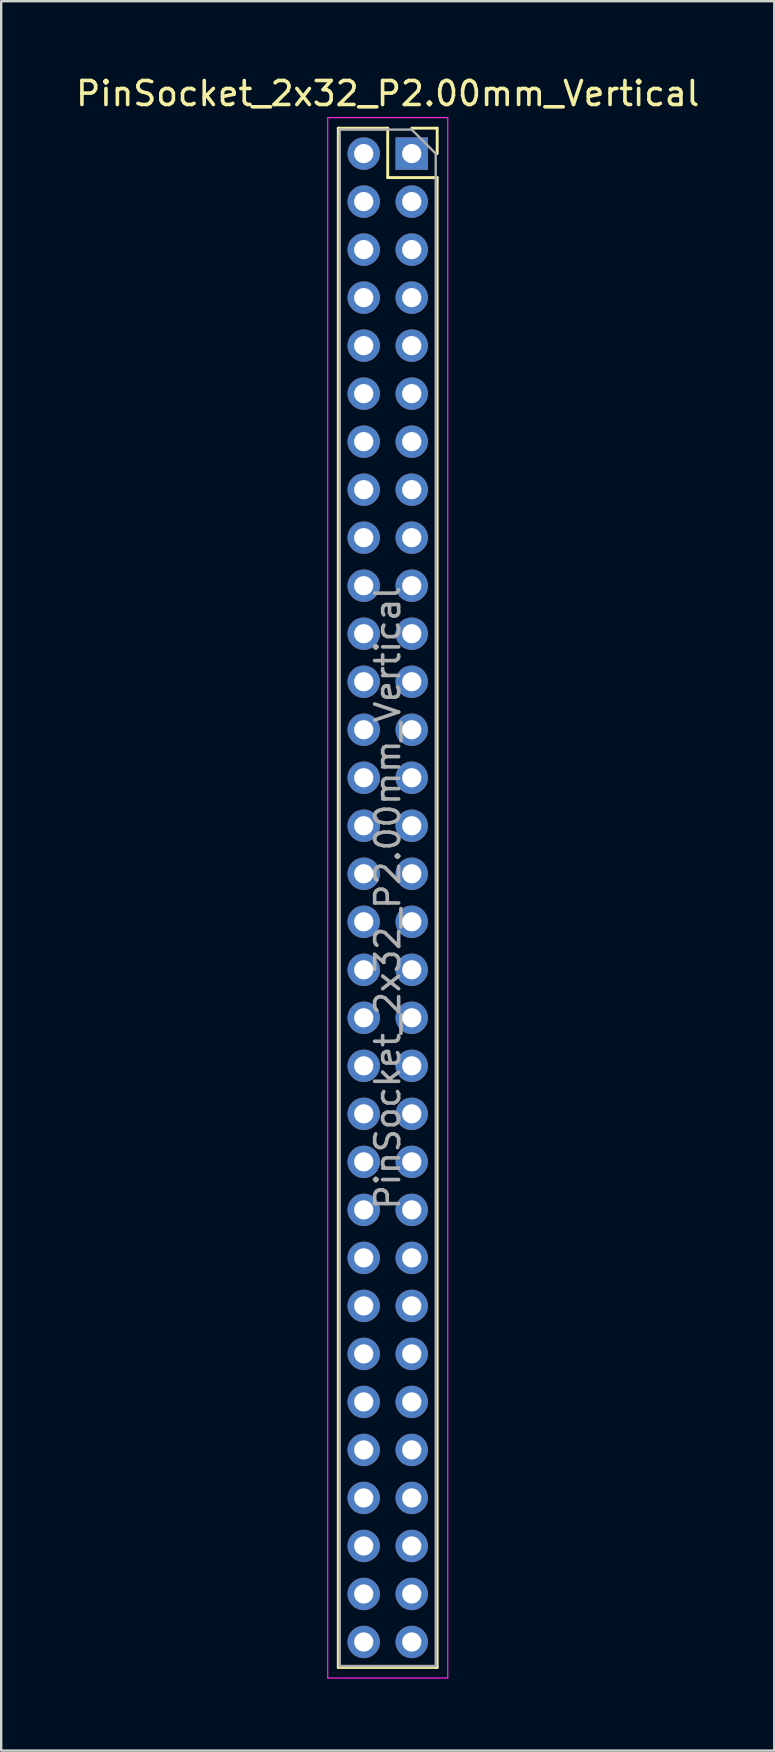
<source format=kicad_pcb>
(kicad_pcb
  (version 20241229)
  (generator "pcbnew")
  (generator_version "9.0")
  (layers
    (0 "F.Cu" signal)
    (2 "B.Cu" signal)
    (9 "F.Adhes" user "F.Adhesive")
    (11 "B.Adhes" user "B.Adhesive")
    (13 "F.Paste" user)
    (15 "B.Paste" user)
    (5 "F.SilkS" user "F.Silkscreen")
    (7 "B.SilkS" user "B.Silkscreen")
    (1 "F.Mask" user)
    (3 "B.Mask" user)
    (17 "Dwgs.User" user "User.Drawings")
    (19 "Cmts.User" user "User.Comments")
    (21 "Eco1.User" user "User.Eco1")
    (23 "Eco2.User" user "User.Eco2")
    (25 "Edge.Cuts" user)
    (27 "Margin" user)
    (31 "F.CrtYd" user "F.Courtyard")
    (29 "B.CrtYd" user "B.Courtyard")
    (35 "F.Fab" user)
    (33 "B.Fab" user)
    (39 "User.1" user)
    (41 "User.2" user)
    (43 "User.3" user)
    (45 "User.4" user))
  (footprint "PinSocket_2x32_P2.00mm_Vertical"
    (layer "F.Cu")
    (at 14.101 3.348)
    (property "Reference" "PinSocket_2x32_P2.00mm_Vertical" (at -1 -2.5 0) (layer "F.SilkS") (effects (font (size 1 1) (thickness 0.15))))
    (attr through_hole)
    (fp_line (start -3.06 -1.06) (end -3.06 63.06) (stroke (width 0.12) (type solid)) (layer "F.SilkS"))
    (fp_line (start -3.06 -1.06) (end -1 -1.06) (stroke (width 0.12) (type solid)) (layer "F.SilkS"))
    (fp_line (start -3.06 63.06) (end 1.06 63.06) (stroke (width 0.12) (type solid)) (layer "F.SilkS"))
    (fp_line (start -1 -1.06) (end -1 1) (stroke (width 0.12) (type solid)) (layer "F.SilkS"))
    (fp_line (start -1 1) (end 1.06 1) (stroke (width 0.12) (type solid)) (layer "F.SilkS"))
    (fp_line (start 0 -1.06) (end 1.06 -1.06) (stroke (width 0.12) (type solid)) (layer "F.SilkS"))
    (fp_line (start 1.06 -1.06) (end 1.06 0) (stroke (width 0.12) (type solid)) (layer "F.SilkS"))
    (fp_line (start 1.06 1) (end 1.06 63.06) (stroke (width 0.12) (type solid)) (layer "F.SilkS"))
    (fp_line (start -3.5 -1.5) (end 1.5 -1.5) (stroke (width 0.05) (type solid)) (layer "F.CrtYd"))
    (fp_line (start -3.5 63.5) (end -3.5 -1.5) (stroke (width 0.05) (type solid)) (layer "F.CrtYd"))
    (fp_line (start 1.5 -1.5) (end 1.5 63.5) (stroke (width 0.05) (type solid)) (layer "F.CrtYd"))
    (fp_line (start 1.5 63.5) (end -3.5 63.5) (stroke (width 0.05) (type solid)) (layer "F.CrtYd"))
    (fp_line (start -3 -1) (end 0 -1) (stroke (width 0.1) (type solid)) (layer "F.Fab"))
    (fp_line (start -3 63) (end -3 -1) (stroke (width 0.1) (type solid)) (layer "F.Fab"))
    (fp_line (start 0 -1) (end 1 0) (stroke (width 0.1) (type solid)) (layer "F.Fab"))
    (fp_line (start 1 0) (end 1 63) (stroke (width 0.1) (type solid)) (layer "F.Fab"))
    (fp_line (start 1 63) (end -3 63) (stroke (width 0.1) (type solid)) (layer "F.Fab"))
    (fp_text user "${REFERENCE}" (at -1 31 90) (layer "F.Fab") (effects (font (size 1 1) (thickness 0.15))))
    (pad "1" thru_hole rect (at 0 0) (size 1.35 1.35) (drill 0.8) (layers "*.Cu" "*.Mask"))
    (pad "2" thru_hole circle (at -2 0) (size 1.35 1.35) (drill 0.8) (layers "*.Cu" "*.Mask"))
    (pad "3" thru_hole circle (at 0 2) (size 1.35 1.35) (drill 0.8) (layers "*.Cu" "*.Mask"))
    (pad "4" thru_hole circle (at -2 2) (size 1.35 1.35) (drill 0.8) (layers "*.Cu" "*.Mask"))
    (pad "5" thru_hole circle (at 0 4) (size 1.35 1.35) (drill 0.8) (layers "*.Cu" "*.Mask"))
    (pad "6" thru_hole circle (at -2 4) (size 1.35 1.35) (drill 0.8) (layers "*.Cu" "*.Mask"))
    (pad "7" thru_hole circle (at 0 6) (size 1.35 1.35) (drill 0.8) (layers "*.Cu" "*.Mask"))
    (pad "8" thru_hole circle (at -2 6) (size 1.35 1.35) (drill 0.8) (layers "*.Cu" "*.Mask"))
    (pad "9" thru_hole circle (at 0 8) (size 1.35 1.35) (drill 0.8) (layers "*.Cu" "*.Mask"))
    (pad "10" thru_hole circle (at -2 8) (size 1.35 1.35) (drill 0.8) (layers "*.Cu" "*.Mask"))
    (pad "11" thru_hole circle (at 0 10) (size 1.35 1.35) (drill 0.8) (layers "*.Cu" "*.Mask"))
    (pad "12" thru_hole circle (at -2 10) (size 1.35 1.35) (drill 0.8) (layers "*.Cu" "*.Mask"))
    (pad "13" thru_hole circle (at 0 12) (size 1.35 1.35) (drill 0.8) (layers "*.Cu" "*.Mask"))
    (pad "14" thru_hole circle (at -2 12) (size 1.35 1.35) (drill 0.8) (layers "*.Cu" "*.Mask"))
    (pad "15" thru_hole circle (at 0 14) (size 1.35 1.35) (drill 0.8) (layers "*.Cu" "*.Mask"))
    (pad "16" thru_hole circle (at -2 14) (size 1.35 1.35) (drill 0.8) (layers "*.Cu" "*.Mask"))
    (pad "17" thru_hole circle (at 0 16) (size 1.35 1.35) (drill 0.8) (layers "*.Cu" "*.Mask"))
    (pad "18" thru_hole circle (at -2 16) (size 1.35 1.35) (drill 0.8) (layers "*.Cu" "*.Mask"))
    (pad "19" thru_hole circle (at 0 18) (size 1.35 1.35) (drill 0.8) (layers "*.Cu" "*.Mask"))
    (pad "20" thru_hole circle (at -2 18) (size 1.35 1.35) (drill 0.8) (layers "*.Cu" "*.Mask"))
    (pad "21" thru_hole circle (at 0 20) (size 1.35 1.35) (drill 0.8) (layers "*.Cu" "*.Mask"))
    (pad "22" thru_hole circle (at -2 20) (size 1.35 1.35) (drill 0.8) (layers "*.Cu" "*.Mask"))
    (pad "23" thru_hole circle (at 0 22) (size 1.35 1.35) (drill 0.8) (layers "*.Cu" "*.Mask"))
    (pad "24" thru_hole circle (at -2 22) (size 1.35 1.35) (drill 0.8) (layers "*.Cu" "*.Mask"))
    (pad "25" thru_hole circle (at 0 24) (size 1.35 1.35) (drill 0.8) (layers "*.Cu" "*.Mask"))
    (pad "26" thru_hole circle (at -2 24) (size 1.35 1.35) (drill 0.8) (layers "*.Cu" "*.Mask"))
    (pad "27" thru_hole circle (at 0 26) (size 1.35 1.35) (drill 0.8) (layers "*.Cu" "*.Mask"))
    (pad "28" thru_hole circle (at -2 26) (size 1.35 1.35) (drill 0.8) (layers "*.Cu" "*.Mask"))
    (pad "29" thru_hole circle (at 0 28) (size 1.35 1.35) (drill 0.8) (layers "*.Cu" "*.Mask"))
    (pad "30" thru_hole circle (at -2 28) (size 1.35 1.35) (drill 0.8) (layers "*.Cu" "*.Mask"))
    (pad "31" thru_hole circle (at 0 30) (size 1.35 1.35) (drill 0.8) (layers "*.Cu" "*.Mask"))
    (pad "32" thru_hole circle (at -2 30) (size 1.35 1.35) (drill 0.8) (layers "*.Cu" "*.Mask"))
    (pad "33" thru_hole circle (at 0 32) (size 1.35 1.35) (drill 0.8) (layers "*.Cu" "*.Mask"))
    (pad "34" thru_hole circle (at -2 32) (size 1.35 1.35) (drill 0.8) (layers "*.Cu" "*.Mask"))
    (pad "35" thru_hole circle (at 0 34) (size 1.35 1.35) (drill 0.8) (layers "*.Cu" "*.Mask"))
    (pad "36" thru_hole circle (at -2 34) (size 1.35 1.35) (drill 0.8) (layers "*.Cu" "*.Mask"))
    (pad "37" thru_hole circle (at 0 36) (size 1.35 1.35) (drill 0.8) (layers "*.Cu" "*.Mask"))
    (pad "38" thru_hole circle (at -2 36) (size 1.35 1.35) (drill 0.8) (layers "*.Cu" "*.Mask"))
    (pad "39" thru_hole circle (at 0 38) (size 1.35 1.35) (drill 0.8) (layers "*.Cu" "*.Mask"))
    (pad "40" thru_hole circle (at -2 38) (size 1.35 1.35) (drill 0.8) (layers "*.Cu" "*.Mask"))
    (pad "41" thru_hole circle (at 0 40) (size 1.35 1.35) (drill 0.8) (layers "*.Cu" "*.Mask"))
    (pad "42" thru_hole circle (at -2 40) (size 1.35 1.35) (drill 0.8) (layers "*.Cu" "*.Mask"))
    (pad "43" thru_hole circle (at 0 42) (size 1.35 1.35) (drill 0.8) (layers "*.Cu" "*.Mask"))
    (pad "44" thru_hole circle (at -2 42) (size 1.35 1.35) (drill 0.8) (layers "*.Cu" "*.Mask"))
    (pad "45" thru_hole circle (at 0 44) (size 1.35 1.35) (drill 0.8) (layers "*.Cu" "*.Mask"))
    (pad "46" thru_hole circle (at -2 44) (size 1.35 1.35) (drill 0.8) (layers "*.Cu" "*.Mask"))
    (pad "47" thru_hole circle (at 0 46) (size 1.35 1.35) (drill 0.8) (layers "*.Cu" "*.Mask"))
    (pad "48" thru_hole circle (at -2 46) (size 1.35 1.35) (drill 0.8) (layers "*.Cu" "*.Mask"))
    (pad "49" thru_hole circle (at 0 48) (size 1.35 1.35) (drill 0.8) (layers "*.Cu" "*.Mask"))
    (pad "50" thru_hole circle (at -2 48) (size 1.35 1.35) (drill 0.8) (layers "*.Cu" "*.Mask"))
    (pad "51" thru_hole circle (at 0 50) (size 1.35 1.35) (drill 0.8) (layers "*.Cu" "*.Mask"))
    (pad "52" thru_hole circle (at -2 50) (size 1.35 1.35) (drill 0.8) (layers "*.Cu" "*.Mask"))
    (pad "53" thru_hole circle (at 0 52) (size 1.35 1.35) (drill 0.8) (layers "*.Cu" "*.Mask"))
    (pad "54" thru_hole circle (at -2 52) (size 1.35 1.35) (drill 0.8) (layers "*.Cu" "*.Mask"))
    (pad "55" thru_hole circle (at 0 54) (size 1.35 1.35) (drill 0.8) (layers "*.Cu" "*.Mask"))
    (pad "56" thru_hole circle (at -2 54) (size 1.35 1.35) (drill 0.8) (layers "*.Cu" "*.Mask"))
    (pad "57" thru_hole circle (at 0 56) (size 1.35 1.35) (drill 0.8) (layers "*.Cu" "*.Mask"))
    (pad "58" thru_hole circle (at -2 56) (size 1.35 1.35) (drill 0.8) (layers "*.Cu" "*.Mask"))
    (pad "59" thru_hole circle (at 0 58) (size 1.35 1.35) (drill 0.8) (layers "*.Cu" "*.Mask"))
    (pad "60" thru_hole circle (at -2 58) (size 1.35 1.35) (drill 0.8) (layers "*.Cu" "*.Mask"))
    (pad "61" thru_hole circle (at 0 60) (size 1.35 1.35) (drill 0.8) (layers "*.Cu" "*.Mask"))
    (pad "62" thru_hole circle (at -2 60) (size 1.35 1.35) (drill 0.8) (layers "*.Cu" "*.Mask"))
    (pad "63" thru_hole circle (at 0 62) (size 1.35 1.35) (drill 0.8) (layers "*.Cu" "*.Mask"))
    (pad "64" thru_hole circle (at -2 62) (size 1.35 1.35) (drill 0.8) (layers "*.Cu" "*.Mask")))
  (gr_rect
    (start -3 -3)
    (end 29.202 69.873)
    (stroke (width 0.1) (type default))
    (fill no)
    (layer "Edge.Cuts")))
</source>
